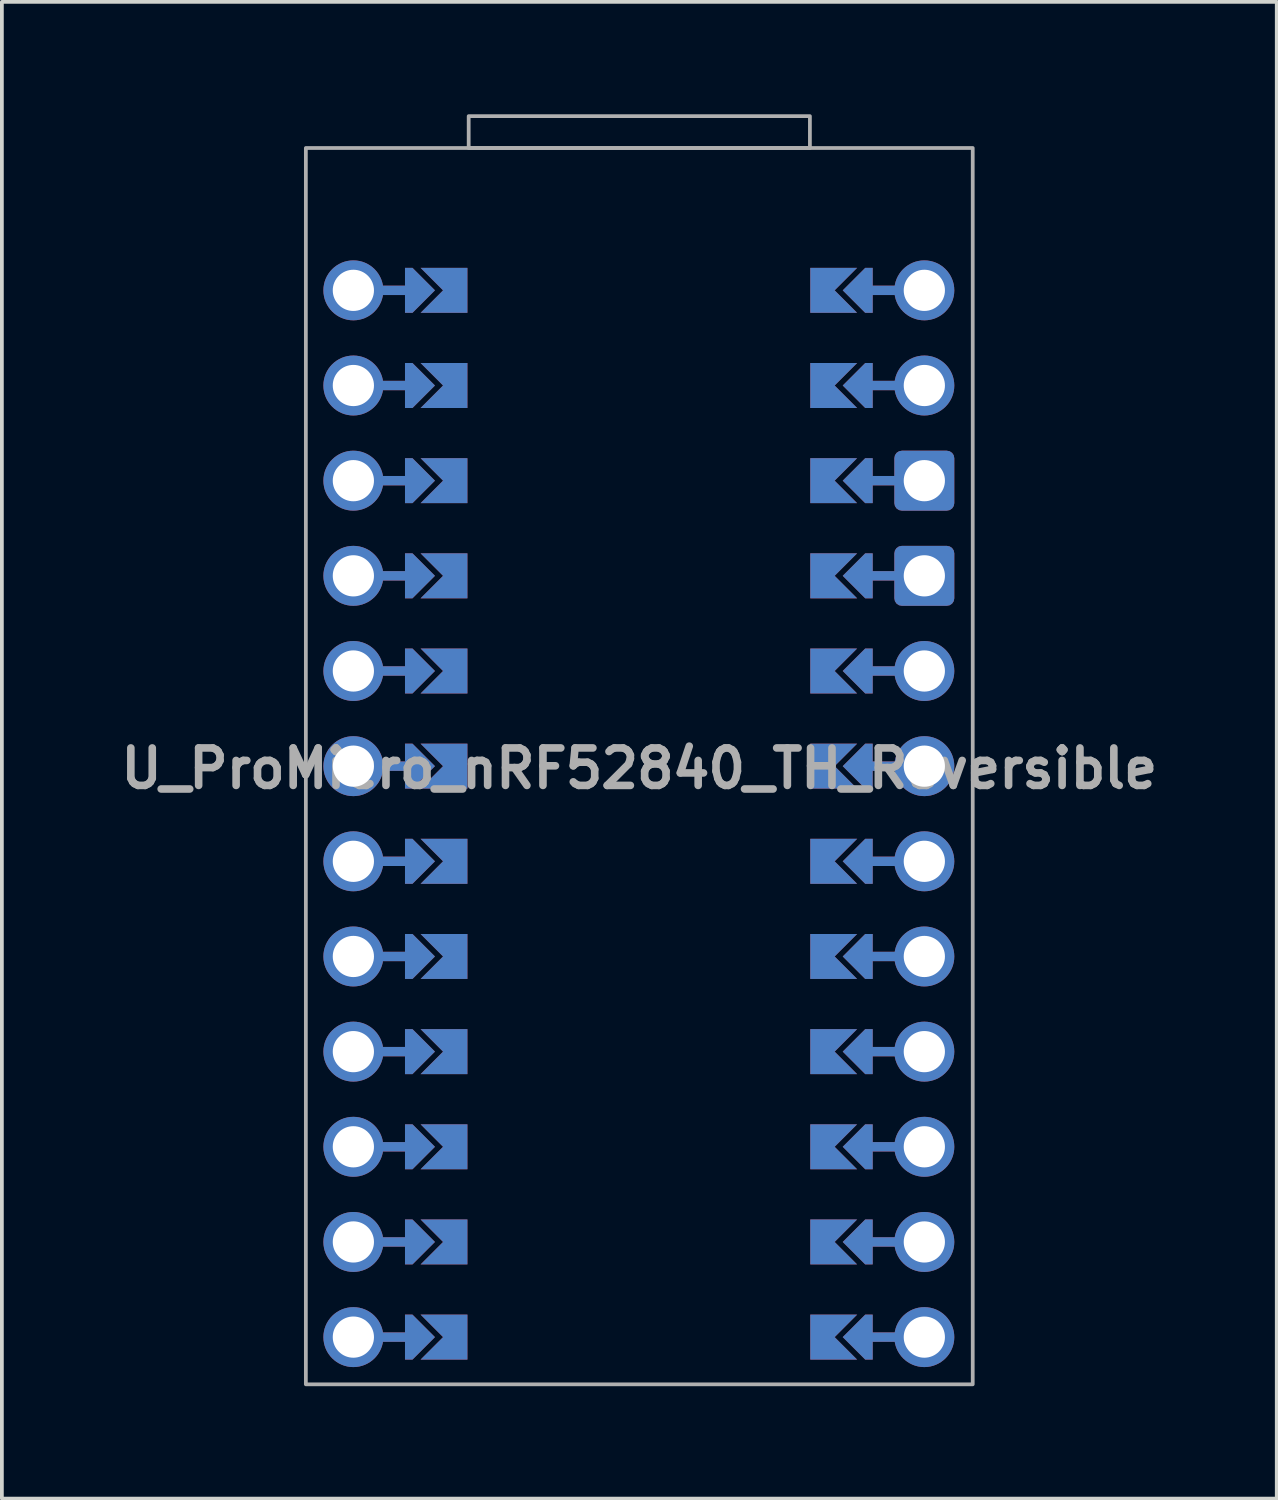
<source format=kicad_pcb>
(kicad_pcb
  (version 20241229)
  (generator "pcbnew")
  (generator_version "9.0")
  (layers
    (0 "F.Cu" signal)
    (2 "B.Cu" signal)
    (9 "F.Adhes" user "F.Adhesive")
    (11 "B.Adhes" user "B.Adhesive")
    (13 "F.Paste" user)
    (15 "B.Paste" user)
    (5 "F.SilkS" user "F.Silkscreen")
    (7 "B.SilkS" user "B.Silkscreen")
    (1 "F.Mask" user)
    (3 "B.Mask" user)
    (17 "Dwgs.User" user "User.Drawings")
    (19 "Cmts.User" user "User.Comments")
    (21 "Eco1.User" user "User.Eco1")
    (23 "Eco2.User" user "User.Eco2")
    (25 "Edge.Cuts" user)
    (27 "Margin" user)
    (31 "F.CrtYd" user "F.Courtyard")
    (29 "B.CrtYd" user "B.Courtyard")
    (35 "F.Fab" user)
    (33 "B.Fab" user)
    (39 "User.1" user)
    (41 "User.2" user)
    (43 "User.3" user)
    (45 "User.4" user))
  (footprint "U_ProMicro_nRF52840_TH_Reversible"
    (layer "F.Cu")
    (at 14.014 17.182)
    (property "Reference" "U_ProMicro_nRF52840_TH_Reversible" (at 0 0.28 0) (layer "F.Fab") (effects (font (size 1 1) (thickness 0.203))))
    (attr through_hole)
    (fp_poly (pts (xy -5.092 -11.974) (xy -5.092 -12.99) (xy -6.108 -12.99) (xy -6.108 -11.974)) (stroke (width 0.1) (type solid)) (fill yes) (layer "F.Mask"))
    (fp_poly (pts (xy -5.092 -9.434) (xy -5.092 -10.45) (xy -6.108 -10.45) (xy -6.108 -9.434)) (stroke (width 0.1) (type solid)) (fill yes) (layer "F.Mask"))
    (fp_poly (pts (xy -5.092 -6.894) (xy -5.092 -7.91) (xy -6.108 -7.91) (xy -6.108 -6.894)) (stroke (width 0.1) (type solid)) (fill yes) (layer "F.Mask"))
    (fp_poly (pts (xy -5.092 -4.354) (xy -5.092 -5.37) (xy -6.108 -5.37) (xy -6.108 -4.354)) (stroke (width 0.1) (type solid)) (fill yes) (layer "F.Mask"))
    (fp_poly (pts (xy -5.092 -1.814) (xy -5.092 -2.83) (xy -6.108 -2.83) (xy -6.108 -1.814)) (stroke (width 0.1) (type solid)) (fill yes) (layer "F.Mask"))
    (fp_poly (pts (xy -5.092 0.726) (xy -5.092 -0.29) (xy -6.108 -0.29) (xy -6.108 0.726)) (stroke (width 0.1) (type solid)) (fill yes) (layer "F.Mask"))
    (fp_poly (pts (xy -5.092 3.266) (xy -5.092 2.25) (xy -6.108 2.25) (xy -6.108 3.266)) (stroke (width 0.1) (type solid)) (fill yes) (layer "F.Mask"))
    (fp_poly (pts (xy -5.092 5.806) (xy -5.092 4.79) (xy -6.108 4.79) (xy -6.108 5.806)) (stroke (width 0.1) (type solid)) (fill yes) (layer "F.Mask"))
    (fp_poly (pts (xy -5.092 8.346) (xy -5.092 7.33) (xy -6.108 7.33) (xy -6.108 8.346)) (stroke (width 0.1) (type solid)) (fill yes) (layer "F.Mask"))
    (fp_poly (pts (xy -5.092 10.886) (xy -5.092 9.87) (xy -6.108 9.87) (xy -6.108 10.886)) (stroke (width 0.1) (type solid)) (fill yes) (layer "F.Mask"))
    (fp_poly (pts (xy -5.092 13.426) (xy -5.092 12.41) (xy -6.108 12.41) (xy -6.108 13.426)) (stroke (width 0.1) (type solid)) (fill yes) (layer "F.Mask"))
    (fp_poly (pts (xy -5.092 15.966) (xy -5.092 14.95) (xy -6.108 14.95) (xy -6.108 15.966)) (stroke (width 0.1) (type solid)) (fill yes) (layer "F.Mask"))
    (fp_poly (pts (xy 5.068 -12.99) (xy 5.068 -11.974) (xy 6.084 -11.974) (xy 6.084 -12.99)) (stroke (width 0.1) (type solid)) (fill yes) (layer "F.Mask"))
    (fp_poly (pts (xy 5.068 -10.45) (xy 5.068 -9.434) (xy 6.084 -9.434) (xy 6.084 -10.45)) (stroke (width 0.1) (type solid)) (fill yes) (layer "F.Mask"))
    (fp_poly (pts (xy 5.068 -7.91) (xy 5.068 -6.894) (xy 6.084 -6.894) (xy 6.084 -7.91)) (stroke (width 0.1) (type solid)) (fill yes) (layer "F.Mask"))
    (fp_poly (pts (xy 5.068 -5.37) (xy 5.068 -4.354) (xy 6.084 -4.354) (xy 6.084 -5.37)) (stroke (width 0.1) (type solid)) (fill yes) (layer "F.Mask"))
    (fp_poly (pts (xy 5.068 -2.83) (xy 5.068 -1.814) (xy 6.084 -1.814) (xy 6.084 -2.83)) (stroke (width 0.1) (type solid)) (fill yes) (layer "F.Mask"))
    (fp_poly (pts (xy 5.068 -0.29) (xy 5.068 0.726) (xy 6.084 0.726) (xy 6.084 -0.29)) (stroke (width 0.1) (type solid)) (fill yes) (layer "F.Mask"))
    (fp_poly (pts (xy 5.068 2.25) (xy 5.068 3.266) (xy 6.084 3.266) (xy 6.084 2.25)) (stroke (width 0.1) (type solid)) (fill yes) (layer "F.Mask"))
    (fp_poly (pts (xy 5.068 4.79) (xy 5.068 5.806) (xy 6.084 5.806) (xy 6.084 4.79)) (stroke (width 0.1) (type solid)) (fill yes) (layer "F.Mask"))
    (fp_poly (pts (xy 5.068 7.33) (xy 5.068 8.346) (xy 6.084 8.346) (xy 6.084 7.33)) (stroke (width 0.1) (type solid)) (fill yes) (layer "F.Mask"))
    (fp_poly (pts (xy 5.068 9.87) (xy 5.068 10.886) (xy 6.084 10.886) (xy 6.084 9.87)) (stroke (width 0.1) (type solid)) (fill yes) (layer "F.Mask"))
    (fp_poly (pts (xy 5.068 12.41) (xy 5.068 13.426) (xy 6.084 13.426) (xy 6.084 12.41)) (stroke (width 0.1) (type solid)) (fill yes) (layer "F.Mask"))
    (fp_poly (pts (xy 5.068 14.95) (xy 5.068 15.966) (xy 6.084 15.966) (xy 6.084 14.95)) (stroke (width 0.1) (type solid)) (fill yes) (layer "F.Mask"))
    (fp_poly (pts (xy -5.092 -11.974) (xy -5.092 -12.99) (xy -6.108 -12.99) (xy -6.108 -11.974)) (stroke (width 0.1) (type solid)) (fill yes) (layer "B.Mask"))
    (fp_poly (pts (xy -5.092 -9.434) (xy -5.092 -10.45) (xy -6.108 -10.45) (xy -6.108 -9.434)) (stroke (width 0.1) (type solid)) (fill yes) (layer "B.Mask"))
    (fp_poly (pts (xy -5.092 -6.894) (xy -5.092 -7.91) (xy -6.108 -7.91) (xy -6.108 -6.894)) (stroke (width 0.1) (type solid)) (fill yes) (layer "B.Mask"))
    (fp_poly (pts (xy -5.092 -4.354) (xy -5.092 -5.37) (xy -6.108 -5.37) (xy -6.108 -4.354)) (stroke (width 0.1) (type solid)) (fill yes) (layer "B.Mask"))
    (fp_poly (pts (xy -5.092 -1.814) (xy -5.092 -2.83) (xy -6.108 -2.83) (xy -6.108 -1.814)) (stroke (width 0.1) (type solid)) (fill yes) (layer "B.Mask"))
    (fp_poly (pts (xy -5.092 0.726) (xy -5.092 -0.29) (xy -6.108 -0.29) (xy -6.108 0.726)) (stroke (width 0.1) (type solid)) (fill yes) (layer "B.Mask"))
    (fp_poly (pts (xy -5.092 3.266) (xy -5.092 2.25) (xy -6.108 2.25) (xy -6.108 3.266)) (stroke (width 0.1) (type solid)) (fill yes) (layer "B.Mask"))
    (fp_poly (pts (xy -5.092 5.806) (xy -5.092 4.79) (xy -6.108 4.79) (xy -6.108 5.806)) (stroke (width 0.1) (type solid)) (fill yes) (layer "B.Mask"))
    (fp_poly (pts (xy -5.092 8.346) (xy -5.092 7.33) (xy -6.108 7.33) (xy -6.108 8.346)) (stroke (width 0.1) (type solid)) (fill yes) (layer "B.Mask"))
    (fp_poly (pts (xy -5.092 10.886) (xy -5.092 9.87) (xy -6.108 9.87) (xy -6.108 10.886)) (stroke (width 0.1) (type solid)) (fill yes) (layer "B.Mask"))
    (fp_poly (pts (xy -5.092 13.426) (xy -5.092 12.41) (xy -6.108 12.41) (xy -6.108 13.426)) (stroke (width 0.1) (type solid)) (fill yes) (layer "B.Mask"))
    (fp_poly (pts (xy -5.092 15.966) (xy -5.092 14.95) (xy -6.108 14.95) (xy -6.108 15.966)) (stroke (width 0.1) (type solid)) (fill yes) (layer "B.Mask"))
    (fp_poly (pts (xy 5.068 -12.99) (xy 5.068 -11.974) (xy 6.084 -11.974) (xy 6.084 -12.99)) (stroke (width 0.1) (type solid)) (fill yes) (layer "B.Mask"))
    (fp_poly (pts (xy 5.068 -10.45) (xy 5.068 -9.434) (xy 6.084 -9.434) (xy 6.084 -10.45)) (stroke (width 0.1) (type solid)) (fill yes) (layer "B.Mask"))
    (fp_poly (pts (xy 5.068 -7.91) (xy 5.068 -6.894) (xy 6.084 -6.894) (xy 6.084 -7.91)) (stroke (width 0.1) (type solid)) (fill yes) (layer "B.Mask"))
    (fp_poly (pts (xy 5.068 -5.37) (xy 5.068 -4.354) (xy 6.084 -4.354) (xy 6.084 -5.37)) (stroke (width 0.1) (type solid)) (fill yes) (layer "B.Mask"))
    (fp_poly (pts (xy 5.068 -2.83) (xy 5.068 -1.814) (xy 6.084 -1.814) (xy 6.084 -2.83)) (stroke (width 0.1) (type solid)) (fill yes) (layer "B.Mask"))
    (fp_poly (pts (xy 5.068 -0.29) (xy 5.068 0.726) (xy 6.084 0.726) (xy 6.084 -0.29)) (stroke (width 0.1) (type solid)) (fill yes) (layer "B.Mask"))
    (fp_poly (pts (xy 5.068 2.25) (xy 5.068 3.266) (xy 6.084 3.266) (xy 6.084 2.25)) (stroke (width 0.1) (type solid)) (fill yes) (layer "B.Mask"))
    (fp_poly (pts (xy 5.068 4.79) (xy 5.068 5.806) (xy 6.084 5.806) (xy 6.084 4.79)) (stroke (width 0.1) (type solid)) (fill yes) (layer "B.Mask"))
    (fp_poly (pts (xy 5.068 7.33) (xy 5.068 8.346) (xy 6.084 8.346) (xy 6.084 7.33)) (stroke (width 0.1) (type solid)) (fill yes) (layer "B.Mask"))
    (fp_poly (pts (xy 5.068 9.87) (xy 5.068 10.886) (xy 6.084 10.886) (xy 6.084 9.87)) (stroke (width 0.1) (type solid)) (fill yes) (layer "B.Mask"))
    (fp_poly (pts (xy 5.068 12.41) (xy 5.068 13.426) (xy 6.084 13.426) (xy 6.084 12.41)) (stroke (width 0.1) (type solid)) (fill yes) (layer "B.Mask"))
    (fp_poly (pts (xy 5.068 14.95) (xy 5.068 15.966) (xy 6.084 15.966) (xy 6.084 14.95)) (stroke (width 0.1) (type solid)) (fill yes) (layer "B.Mask"))
    (fp_rect (start -4.554 -16.282) (end 4.554 -17.132) (stroke (width 0.1) (type solid)) (fill no) (layer "F.Fab"))
    (fp_rect (start 8.9 -16.282) (end -8.9 16.718) (stroke (width 0.1) (type solid)) (fill no) (layer "F.Fab"))
    (pad "" thru_hole circle (at -7.632 -12.482 90) (size 1.6 1.6) (drill 1.1) (layers "*.Cu" "*.Mask"))
    (pad "" thru_hole circle (at -7.632 -9.942 90) (size 1.6 1.6) (drill 1.1) (layers "*.Cu" "*.Mask"))
    (pad "" thru_hole circle (at -7.632 -7.402 90) (size 1.6 1.6) (drill 1.1) (layers "*.Cu" "*.Mask"))
    (pad "" thru_hole circle (at -7.632 -4.862 90) (size 1.6 1.6) (drill 1.1) (layers "*.Cu" "*.Mask"))
    (pad "" thru_hole circle (at -7.632 -2.322 90) (size 1.6 1.6) (drill 1.1) (layers "*.Cu" "*.Mask"))
    (pad "" thru_hole circle (at -7.632 0.218 90) (size 1.6 1.6) (drill 1.1) (layers "*.Cu" "*.Mask"))
    (pad "" thru_hole circle (at -7.632 2.758 90) (size 1.6 1.6) (drill 1.1) (layers "*.Cu" "*.Mask"))
    (pad "" thru_hole circle (at -7.632 5.298 90) (size 1.6 1.6) (drill 1.1) (layers "*.Cu" "*.Mask"))
    (pad "" thru_hole circle (at -7.632 7.838 90) (size 1.6 1.6) (drill 1.1) (layers "*.Cu" "*.Mask"))
    (pad "" thru_hole circle (at -7.632 10.378 90) (size 1.6 1.6) (drill 1.1) (layers "*.Cu" "*.Mask"))
    (pad "" thru_hole circle (at -7.632 12.918 90) (size 1.6 1.6) (drill 1.1) (layers "*.Cu" "*.Mask"))
    (pad "" thru_hole circle (at -7.632 15.458 90) (size 1.6 1.6) (drill 1.1) (layers "*.Cu" "*.Mask"))
    (pad "" smd custom (at -6.362 -12.482 90) (size 0.25 1) (layers "F.Cu") (options (anchor rect)) (primitives))
    (pad "" smd custom (at -6.362 -12.482 90) (size 0.25 1) (layers "B.Cu") (options (anchor rect)) (primitives))
    (pad "" smd custom (at -6.362 -9.942 90) (size 0.25 1) (layers "F.Cu") (options (anchor rect)) (primitives))
    (pad "" smd custom (at -6.362 -9.942 90) (size 0.25 1) (layers "B.Cu") (options (anchor rect)) (primitives))
    (pad "" smd custom (at -6.362 -7.402 90) (size 0.25 1) (layers "F.Cu") (options (anchor rect)) (primitives))
    (pad "" smd custom (at -6.362 -7.402 90) (size 0.25 1) (layers "B.Cu") (options (anchor rect)) (primitives))
    (pad "" smd custom (at -6.362 -4.862 90) (size 0.25 1) (layers "F.Cu") (options (anchor rect)) (primitives))
    (pad "" smd custom (at -6.362 -4.862 90) (size 0.25 1) (layers "B.Cu") (options (anchor rect)) (primitives))
    (pad "" smd custom (at -6.362 -2.322 90) (size 0.25 1) (layers "F.Cu") (options (anchor rect)) (primitives))
    (pad "" smd custom (at -6.362 -2.322 90) (size 0.25 1) (layers "B.Cu") (options (anchor rect)) (primitives))
    (pad "" smd custom (at -6.362 0.218 90) (size 0.25 1) (layers "F.Cu") (options (anchor rect)) (primitives))
    (pad "" smd custom (at -6.362 0.218 90) (size 0.25 1) (layers "B.Cu") (options (anchor rect)) (primitives))
    (pad "" smd custom (at -6.362 2.758 90) (size 0.25 1) (layers "F.Cu") (options (anchor rect)) (primitives))
    (pad "" smd custom (at -6.362 2.758 90) (size 0.25 1) (layers "B.Cu") (options (anchor rect)) (primitives))
    (pad "" smd custom (at -6.362 5.298 90) (size 0.25 1) (layers "F.Cu") (options (anchor rect)) (primitives))
    (pad "" smd custom (at -6.362 5.298 90) (size 0.25 1) (layers "B.Cu") (options (anchor rect)) (primitives))
    (pad "" smd custom (at -6.362 7.838 90) (size 0.25 1) (layers "F.Cu") (options (anchor rect)) (primitives))
    (pad "" smd custom (at -6.362 7.838 90) (size 0.25 1) (layers "B.Cu") (options (anchor rect)) (primitives))
    (pad "" smd custom (at -6.362 10.378 90) (size 0.25 1) (layers "F.Cu") (options (anchor rect)) (primitives))
    (pad "" smd custom (at -6.362 10.378 90) (size 0.25 1) (layers "B.Cu") (options (anchor rect)) (primitives))
    (pad "" smd custom (at -6.362 12.918 90) (size 0.25 1) (layers "F.Cu") (options (anchor rect)) (primitives))
    (pad "" smd custom (at -6.362 12.918 90) (size 0.25 1) (layers "B.Cu") (options (anchor rect)) (primitives))
    (pad "" smd custom (at -6.362 15.458 90) (size 0.25 1) (layers "F.Cu") (options (anchor rect)) (primitives))
    (pad "" smd custom (at -6.362 15.458 90) (size 0.25 1) (layers "B.Cu") (options (anchor rect)) (primitives))
    (pad "" smd custom (at -5.854 -12.482 90) (size 0.1 0.1) (layers "F.Cu" "F.Mask") (options (anchor rect)) (primitives (gr_poly (pts (xy 0.6 -0.2) (xy 0 0.4) (xy -0.6 -0.2) (xy -0.6 -0.4) (xy 0.6 -0.4)) (width 0) (fill yes))))
    (pad "" smd custom (at -5.854 -12.482 90) (size 0.1 0.1) (layers "B.Cu" "B.Mask") (options (anchor rect)) (primitives (gr_poly (pts (xy 0.6 -0.2) (xy 0 0.4) (xy -0.6 -0.2) (xy -0.6 -0.4) (xy 0.6 -0.4)) (width 0) (fill yes))))
    (pad "" smd custom (at -5.854 -9.942 90) (size 0.1 0.1) (layers "F.Cu" "F.Mask") (options (anchor rect)) (primitives (gr_poly (pts (xy 0.6 -0.2) (xy 0 0.4) (xy -0.6 -0.2) (xy -0.6 -0.4) (xy 0.6 -0.4)) (width 0) (fill yes))))
    (pad "" smd custom (at -5.854 -9.942 90) (size 0.1 0.1) (layers "B.Cu" "B.Mask") (options (anchor rect)) (primitives (gr_poly (pts (xy 0.6 -0.2) (xy 0 0.4) (xy -0.6 -0.2) (xy -0.6 -0.4) (xy 0.6 -0.4)) (width 0) (fill yes))))
    (pad "" smd custom (at -5.854 -7.402 90) (size 0.1 0.1) (layers "F.Cu" "F.Mask") (options (anchor rect)) (primitives (gr_poly (pts (xy 0.6 -0.2) (xy 0 0.4) (xy -0.6 -0.2) (xy -0.6 -0.4) (xy 0.6 -0.4)) (width 0) (fill yes))))
    (pad "" smd custom (at -5.854 -7.402 90) (size 0.1 0.1) (layers "B.Cu" "B.Mask") (options (anchor rect)) (primitives (gr_poly (pts (xy 0.6 -0.2) (xy 0 0.4) (xy -0.6 -0.2) (xy -0.6 -0.4) (xy 0.6 -0.4)) (width 0) (fill yes))))
    (pad "" smd custom (at -5.854 -4.862 90) (size 0.1 0.1) (layers "F.Cu" "F.Mask") (options (anchor rect)) (primitives (gr_poly (pts (xy 0.6 -0.2) (xy 0 0.4) (xy -0.6 -0.2) (xy -0.6 -0.4) (xy 0.6 -0.4)) (width 0) (fill yes))))
    (pad "" smd custom (at -5.854 -4.862 90) (size 0.1 0.1) (layers "B.Cu" "B.Mask") (options (anchor rect)) (primitives (gr_poly (pts (xy 0.6 -0.2) (xy 0 0.4) (xy -0.6 -0.2) (xy -0.6 -0.4) (xy 0.6 -0.4)) (width 0) (fill yes))))
    (pad "" smd custom (at -5.854 -2.322 90) (size 0.1 0.1) (layers "F.Cu" "F.Mask") (options (anchor rect)) (primitives (gr_poly (pts (xy 0.6 -0.2) (xy 0 0.4) (xy -0.6 -0.2) (xy -0.6 -0.4) (xy 0.6 -0.4)) (width 0) (fill yes))))
    (pad "" smd custom (at -5.854 -2.322 90) (size 0.1 0.1) (layers "B.Cu" "B.Mask") (options (anchor rect)) (primitives (gr_poly (pts (xy 0.6 -0.2) (xy 0 0.4) (xy -0.6 -0.2) (xy -0.6 -0.4) (xy 0.6 -0.4)) (width 0) (fill yes))))
    (pad "" smd custom (at -5.854 0.218 90) (size 0.1 0.1) (layers "F.Cu" "F.Mask") (options (anchor rect)) (primitives (gr_poly (pts (xy 0.6 -0.2) (xy 0 0.4) (xy -0.6 -0.2) (xy -0.6 -0.4) (xy 0.6 -0.4)) (width 0) (fill yes))))
    (pad "" smd custom (at -5.854 0.218 90) (size 0.1 0.1) (layers "B.Cu" "B.Mask") (options (anchor rect)) (primitives (gr_poly (pts (xy 0.6 -0.2) (xy 0 0.4) (xy -0.6 -0.2) (xy -0.6 -0.4) (xy 0.6 -0.4)) (width 0) (fill yes))))
    (pad "" smd custom (at -5.854 2.758 90) (size 0.1 0.1) (layers "F.Cu" "F.Mask") (options (anchor rect)) (primitives (gr_poly (pts (xy 0.6 -0.2) (xy 0 0.4) (xy -0.6 -0.2) (xy -0.6 -0.4) (xy 0.6 -0.4)) (width 0) (fill yes))))
    (pad "" smd custom (at -5.854 2.758 90) (size 0.1 0.1) (layers "B.Cu" "B.Mask") (options (anchor rect)) (primitives (gr_poly (pts (xy 0.6 -0.2) (xy 0 0.4) (xy -0.6 -0.2) (xy -0.6 -0.4) (xy 0.6 -0.4)) (width 0) (fill yes))))
    (pad "" smd custom (at -5.854 5.298 90) (size 0.1 0.1) (layers "F.Cu" "F.Mask") (options (anchor rect)) (primitives (gr_poly (pts (xy 0.6 -0.2) (xy 0 0.4) (xy -0.6 -0.2) (xy -0.6 -0.4) (xy 0.6 -0.4)) (width 0) (fill yes))))
    (pad "" smd custom (at -5.854 5.298 90) (size 0.1 0.1) (layers "B.Cu" "B.Mask") (options (anchor rect)) (primitives (gr_poly (pts (xy 0.6 -0.2) (xy 0 0.4) (xy -0.6 -0.2) (xy -0.6 -0.4) (xy 0.6 -0.4)) (width 0) (fill yes))))
    (pad "" smd custom (at -5.854 7.838 90) (size 0.1 0.1) (layers "F.Cu" "F.Mask") (options (anchor rect)) (primitives (gr_poly (pts (xy 0.6 -0.2) (xy 0 0.4) (xy -0.6 -0.2) (xy -0.6 -0.4) (xy 0.6 -0.4)) (width 0) (fill yes))))
    (pad "" smd custom (at -5.854 7.838 90) (size 0.1 0.1) (layers "B.Cu" "B.Mask") (options (anchor rect)) (primitives (gr_poly (pts (xy 0.6 -0.2) (xy 0 0.4) (xy -0.6 -0.2) (xy -0.6 -0.4) (xy 0.6 -0.4)) (width 0) (fill yes))))
    (pad "" smd custom (at -5.854 10.378 90) (size 0.1 0.1) (layers "F.Cu" "F.Mask") (options (anchor rect)) (primitives (gr_poly (pts (xy 0.6 -0.2) (xy 0 0.4) (xy -0.6 -0.2) (xy -0.6 -0.4) (xy 0.6 -0.4)) (width 0) (fill yes))))
    (pad "" smd custom (at -5.854 10.378 90) (size 0.1 0.1) (layers "B.Cu" "B.Mask") (options (anchor rect)) (primitives (gr_poly (pts (xy 0.6 -0.2) (xy 0 0.4) (xy -0.6 -0.2) (xy -0.6 -0.4) (xy 0.6 -0.4)) (width 0) (fill yes))))
    (pad "" smd custom (at -5.854 12.918 90) (size 0.1 0.1) (layers "F.Cu" "F.Mask") (options (anchor rect)) (primitives (gr_poly (pts (xy 0.6 -0.2) (xy 0 0.4) (xy -0.6 -0.2) (xy -0.6 -0.4) (xy 0.6 -0.4)) (width 0) (fill yes))))
    (pad "" smd custom (at -5.854 12.918 90) (size 0.1 0.1) (layers "B.Cu" "B.Mask") (options (anchor rect)) (primitives (gr_poly (pts (xy 0.6 -0.2) (xy 0 0.4) (xy -0.6 -0.2) (xy -0.6 -0.4) (xy 0.6 -0.4)) (width 0) (fill yes))))
    (pad "" smd custom (at -5.854 15.458 90) (size 0.1 0.1) (layers "F.Cu" "F.Mask") (options (anchor rect)) (primitives (gr_poly (pts (xy 0.6 -0.2) (xy 0 0.4) (xy -0.6 -0.2) (xy -0.6 -0.4) (xy 0.6 -0.4)) (width 0) (fill yes))))
    (pad "" smd custom (at -5.854 15.458 90) (size 0.1 0.1) (layers "B.Cu" "B.Mask") (options (anchor rect)) (primitives (gr_poly (pts (xy 0.6 -0.2) (xy 0 0.4) (xy -0.6 -0.2) (xy -0.6 -0.4) (xy 0.6 -0.4)) (width 0) (fill yes))))
    (pad "" smd custom (at 5.83 -12.482 270) (size 0.1 0.1) (layers "F.Cu" "F.Mask") (options (anchor rect)) (primitives (gr_poly (pts (xy 0.6 -0.2) (xy 0 0.4) (xy -0.6 -0.2) (xy -0.6 -0.4) (xy 0.6 -0.4)) (width 0) (fill yes))))
    (pad "" smd custom (at 5.83 -12.482 270) (size 0.1 0.1) (layers "B.Cu" "B.Mask") (options (anchor rect)) (primitives (gr_poly (pts (xy 0.6 -0.2) (xy 0 0.4) (xy -0.6 -0.2) (xy -0.6 -0.4) (xy 0.6 -0.4)) (width 0) (fill yes))))
    (pad "" smd custom (at 5.83 -9.942 270) (size 0.1 0.1) (layers "F.Cu" "F.Mask") (options (anchor rect)) (primitives (gr_poly (pts (xy 0.6 -0.2) (xy 0 0.4) (xy -0.6 -0.2) (xy -0.6 -0.4) (xy 0.6 -0.4)) (width 0) (fill yes))))
    (pad "" smd custom (at 5.83 -9.942 270) (size 0.1 0.1) (layers "B.Cu" "B.Mask") (options (anchor rect)) (primitives (gr_poly (pts (xy 0.6 -0.2) (xy 0 0.4) (xy -0.6 -0.2) (xy -0.6 -0.4) (xy 0.6 -0.4)) (width 0) (fill yes))))
    (pad "" smd custom (at 5.83 -7.402 270) (size 0.1 0.1) (layers "F.Cu" "F.Mask") (options (anchor rect)) (primitives (gr_poly (pts (xy 0.6 -0.2) (xy 0 0.4) (xy -0.6 -0.2) (xy -0.6 -0.4) (xy 0.6 -0.4)) (width 0) (fill yes))))
    (pad "" smd custom (at 5.83 -7.402 270) (size 0.1 0.1) (layers "B.Cu" "B.Mask") (options (anchor rect)) (primitives (gr_poly (pts (xy 0.6 -0.2) (xy 0 0.4) (xy -0.6 -0.2) (xy -0.6 -0.4) (xy 0.6 -0.4)) (width 0) (fill yes))))
    (pad "" smd custom (at 5.83 -4.862 270) (size 0.1 0.1) (layers "F.Cu" "F.Mask") (options (anchor rect)) (primitives (gr_poly (pts (xy 0.6 -0.2) (xy 0 0.4) (xy -0.6 -0.2) (xy -0.6 -0.4) (xy 0.6 -0.4)) (width 0) (fill yes))))
    (pad "" smd custom (at 5.83 -4.862 270) (size 0.1 0.1) (layers "B.Cu" "B.Mask") (options (anchor rect)) (primitives (gr_poly (pts (xy 0.6 -0.2) (xy 0 0.4) (xy -0.6 -0.2) (xy -0.6 -0.4) (xy 0.6 -0.4)) (width 0) (fill yes))))
    (pad "" smd custom (at 5.83 -2.322 270) (size 0.1 0.1) (layers "F.Cu" "F.Mask") (options (anchor rect)) (primitives (gr_poly (pts (xy 0.6 -0.2) (xy 0 0.4) (xy -0.6 -0.2) (xy -0.6 -0.4) (xy 0.6 -0.4)) (width 0) (fill yes))))
    (pad "" smd custom (at 5.83 -2.322 270) (size 0.1 0.1) (layers "B.Cu" "B.Mask") (options (anchor rect)) (primitives (gr_poly (pts (xy 0.6 -0.2) (xy 0 0.4) (xy -0.6 -0.2) (xy -0.6 -0.4) (xy 0.6 -0.4)) (width 0) (fill yes))))
    (pad "" smd custom (at 5.83 0.218 270) (size 0.1 0.1) (layers "F.Cu" "F.Mask") (options (anchor rect)) (primitives (gr_poly (pts (xy 0.6 -0.2) (xy 0 0.4) (xy -0.6 -0.2) (xy -0.6 -0.4) (xy 0.6 -0.4)) (width 0) (fill yes))))
    (pad "" smd custom (at 5.83 0.218 270) (size 0.1 0.1) (layers "B.Cu" "B.Mask") (options (anchor rect)) (primitives (gr_poly (pts (xy 0.6 -0.2) (xy 0 0.4) (xy -0.6 -0.2) (xy -0.6 -0.4) (xy 0.6 -0.4)) (width 0) (fill yes))))
    (pad "" smd custom (at 5.83 2.758 270) (size 0.1 0.1) (layers "F.Cu" "F.Mask") (options (anchor rect)) (primitives (gr_poly (pts (xy 0.6 -0.2) (xy 0 0.4) (xy -0.6 -0.2) (xy -0.6 -0.4) (xy 0.6 -0.4)) (width 0) (fill yes))))
    (pad "" smd custom (at 5.83 2.758 270) (size 0.1 0.1) (layers "B.Cu" "B.Mask") (options (anchor rect)) (primitives (gr_poly (pts (xy 0.6 -0.2) (xy 0 0.4) (xy -0.6 -0.2) (xy -0.6 -0.4) (xy 0.6 -0.4)) (width 0) (fill yes))))
    (pad "" smd custom (at 5.83 5.298 270) (size 0.1 0.1) (layers "F.Cu" "F.Mask") (options (anchor rect)) (primitives (gr_poly (pts (xy 0.6 -0.2) (xy 0 0.4) (xy -0.6 -0.2) (xy -0.6 -0.4) (xy 0.6 -0.4)) (width 0) (fill yes))))
    (pad "" smd custom (at 5.83 5.298 270) (size 0.1 0.1) (layers "B.Cu" "B.Mask") (options (anchor rect)) (primitives (gr_poly (pts (xy 0.6 -0.2) (xy 0 0.4) (xy -0.6 -0.2) (xy -0.6 -0.4) (xy 0.6 -0.4)) (width 0) (fill yes))))
    (pad "" smd custom (at 5.83 7.838 270) (size 0.1 0.1) (layers "F.Cu" "F.Mask") (options (anchor rect)) (primitives (gr_poly (pts (xy 0.6 -0.2) (xy 0 0.4) (xy -0.6 -0.2) (xy -0.6 -0.4) (xy 0.6 -0.4)) (width 0) (fill yes))))
    (pad "" smd custom (at 5.83 7.838 270) (size 0.1 0.1) (layers "B.Cu" "B.Mask") (options (anchor rect)) (primitives (gr_poly (pts (xy 0.6 -0.2) (xy 0 0.4) (xy -0.6 -0.2) (xy -0.6 -0.4) (xy 0.6 -0.4)) (width 0) (fill yes))))
    (pad "" smd custom (at 5.83 10.378 270) (size 0.1 0.1) (layers "F.Cu" "F.Mask") (options (anchor rect)) (primitives (gr_poly (pts (xy 0.6 -0.2) (xy 0 0.4) (xy -0.6 -0.2) (xy -0.6 -0.4) (xy 0.6 -0.4)) (width 0) (fill yes))))
    (pad "" smd custom (at 5.83 10.378 270) (size 0.1 0.1) (layers "B.Cu" "B.Mask") (options (anchor rect)) (primitives (gr_poly (pts (xy 0.6 -0.2) (xy 0 0.4) (xy -0.6 -0.2) (xy -0.6 -0.4) (xy 0.6 -0.4)) (width 0) (fill yes))))
    (pad "" smd custom (at 5.83 12.918 270) (size 0.1 0.1) (layers "F.Cu" "F.Mask") (options (anchor rect)) (primitives (gr_poly (pts (xy 0.6 -0.2) (xy 0 0.4) (xy -0.6 -0.2) (xy -0.6 -0.4) (xy 0.6 -0.4)) (width 0) (fill yes))))
    (pad "" smd custom (at 5.83 12.918 270) (size 0.1 0.1) (layers "B.Cu" "B.Mask") (options (anchor rect)) (primitives (gr_poly (pts (xy 0.6 -0.2) (xy 0 0.4) (xy -0.6 -0.2) (xy -0.6 -0.4) (xy 0.6 -0.4)) (width 0) (fill yes))))
    (pad "" smd custom (at 5.83 15.458 270) (size 0.1 0.1) (layers "F.Cu" "F.Mask") (options (anchor rect)) (primitives (gr_poly (pts (xy 0.6 -0.2) (xy 0 0.4) (xy -0.6 -0.2) (xy -0.6 -0.4) (xy 0.6 -0.4)) (width 0) (fill yes))))
    (pad "" smd custom (at 5.83 15.458 270) (size 0.1 0.1) (layers "B.Cu" "B.Mask") (options (anchor rect)) (primitives (gr_poly (pts (xy 0.6 -0.2) (xy 0 0.4) (xy -0.6 -0.2) (xy -0.6 -0.4) (xy 0.6 -0.4)) (width 0) (fill yes))))
    (pad "" smd custom (at 6.338 -12.482 270) (size 0.25 1) (layers "F.Cu") (options (anchor rect)) (primitives))
    (pad "" smd custom (at 6.338 -12.482 270) (size 0.25 1) (layers "B.Cu") (options (anchor rect)) (primitives))
    (pad "" smd custom (at 6.338 -9.942 270) (size 0.25 1) (layers "F.Cu") (options (anchor rect)) (primitives))
    (pad "" smd custom (at 6.338 -9.942 270) (size 0.25 1) (layers "B.Cu") (options (anchor rect)) (primitives))
    (pad "" smd custom (at 6.338 -7.402 270) (size 0.25 1) (layers "F.Cu") (options (anchor rect)) (primitives))
    (pad "" smd custom (at 6.338 -7.402 270) (size 0.25 1) (layers "B.Cu") (options (anchor rect)) (primitives))
    (pad "" smd custom (at 6.338 -4.862 270) (size 0.25 1) (layers "F.Cu") (options (anchor rect)) (primitives))
    (pad "" smd custom (at 6.338 -4.862 270) (size 0.25 1) (layers "B.Cu") (options (anchor rect)) (primitives))
    (pad "" smd custom (at 6.338 -2.322 270) (size 0.25 1) (layers "F.Cu") (options (anchor rect)) (primitives))
    (pad "" smd custom (at 6.338 -2.322 270) (size 0.25 1) (layers "B.Cu") (options (anchor rect)) (primitives))
    (pad "" smd custom (at 6.338 0.218 270) (size 0.25 1) (layers "F.Cu") (options (anchor rect)) (primitives))
    (pad "" smd custom (at 6.338 0.218 270) (size 0.25 1) (layers "B.Cu") (options (anchor rect)) (primitives))
    (pad "" smd custom (at 6.338 2.758 270) (size 0.25 1) (layers "F.Cu") (options (anchor rect)) (primitives))
    (pad "" smd custom (at 6.338 2.758 270) (size 0.25 1) (layers "B.Cu") (options (anchor rect)) (primitives))
    (pad "" smd custom (at 6.338 5.298 270) (size 0.25 1) (layers "F.Cu") (options (anchor rect)) (primitives))
    (pad "" smd custom (at 6.338 5.298 270) (size 0.25 1) (layers "B.Cu") (options (anchor rect)) (primitives))
    (pad "" smd custom (at 6.338 7.838 270) (size 0.25 1) (layers "F.Cu") (options (anchor rect)) (primitives))
    (pad "" smd custom (at 6.338 7.838 270) (size 0.25 1) (layers "B.Cu") (options (anchor rect)) (primitives))
    (pad "" smd custom (at 6.338 10.378 270) (size 0.25 1) (layers "F.Cu") (options (anchor rect)) (primitives))
    (pad "" smd custom (at 6.338 10.378 270) (size 0.25 1) (layers "B.Cu") (options (anchor rect)) (primitives))
    (pad "" smd custom (at 6.338 12.918 270) (size 0.25 1) (layers "F.Cu") (options (anchor rect)) (primitives))
    (pad "" smd custom (at 6.338 12.918 270) (size 0.25 1) (layers "B.Cu") (options (anchor rect)) (primitives))
    (pad "" smd custom (at 6.338 15.458 270) (size 0.25 1) (layers "F.Cu") (options (anchor rect)) (primitives))
    (pad "" smd custom (at 6.338 15.458 270) (size 0.25 1) (layers "B.Cu") (options (anchor rect)) (primitives))
    (pad "" thru_hole circle (at 7.608 -12.482 90) (size 1.6 1.6) (drill 1.1) (layers "*.Cu" "*.Mask"))
    (pad "" thru_hole circle (at 7.608 -9.942 90) (size 1.6 1.6) (drill 1.1) (layers "*.Cu" "*.Mask"))
    (pad "" thru_hole roundrect (at 7.608 -7.402 90) (size 1.6 1.6) (drill 1.1) (layers "*.Cu" "*.Mask") (roundrect_rratio 0.125))
    (pad "" thru_hole roundrect (at 7.608 -4.862 90) (size 1.6 1.6) (drill 1.1) (layers "*.Cu" "*.Mask") (roundrect_rratio 0.125))
    (pad "" thru_hole circle (at 7.608 -2.322 90) (size 1.6 1.6) (drill 1.1) (layers "*.Cu" "*.Mask"))
    (pad "" thru_hole circle (at 7.608 0.218 90) (size 1.6 1.6) (drill 1.1) (layers "*.Cu" "*.Mask"))
    (pad "" thru_hole circle (at 7.608 2.758 90) (size 1.6 1.6) (drill 1.1) (layers "*.Cu" "*.Mask"))
    (pad "" thru_hole circle (at 7.608 5.298 90) (size 1.6 1.6) (drill 1.1) (layers "*.Cu" "*.Mask"))
    (pad "" thru_hole circle (at 7.608 7.838 90) (size 1.6 1.6) (drill 1.1) (layers "*.Cu" "*.Mask"))
    (pad "" thru_hole circle (at 7.608 10.378 90) (size 1.6 1.6) (drill 1.1) (layers "*.Cu" "*.Mask"))
    (pad "" thru_hole circle (at 7.608 12.918 90) (size 1.6 1.6) (drill 1.1) (layers "*.Cu" "*.Mask"))
    (pad "" thru_hole circle (at 7.608 15.458 90) (size 1.6 1.6) (drill 1.1) (layers "*.Cu" "*.Mask"))
    (pad "1" smd custom (at -4.838 -12.482 90) (size 1.2 0.5) (layers "F.Cu" "F.Mask") (options (anchor rect)) (primitives (gr_poly (pts (xy 0.6 0) (xy -0.6 0) (xy -0.6 -1) (xy 0 -0.4) (xy 0.6 -1)) (width 0) (fill yes))))
    (pad "1" smd custom (at 4.814 -12.482 270) (size 1.2 0.5) (layers "B.Cu" "B.Mask") (options (anchor rect)) (primitives (gr_poly (pts (xy 0.6 0) (xy -0.6 0) (xy -0.6 -1) (xy 0 -0.4) (xy 0.6 -1)) (width 0) (fill yes))))
    (pad "2" smd custom (at -4.838 -9.942 90) (size 1.2 0.5) (layers "F.Cu" "F.Mask") (options (anchor rect)) (primitives (gr_poly (pts (xy 0.6 0) (xy -0.6 0) (xy -0.6 -1) (xy 0 -0.4) (xy 0.6 -1)) (width 0) (fill yes))))
    (pad "2" smd custom (at 4.814 -9.942 270) (size 1.2 0.5) (layers "B.Cu" "B.Mask") (options (anchor rect)) (primitives (gr_poly (pts (xy 0.6 0) (xy -0.6 0) (xy -0.6 -1) (xy 0 -0.4) (xy 0.6 -1)) (width 0) (fill yes))))
    (pad "3" smd custom (at -4.838 -7.402 90) (size 1.2 0.5) (layers "F.Cu" "F.Mask") (options (anchor rect)) (primitives (gr_poly (pts (xy 0.6 0) (xy -0.6 0) (xy -0.6 -1) (xy 0 -0.4) (xy 0.6 -1)) (width 0) (fill yes))))
    (pad "3" smd custom (at 4.814 -7.402 270) (size 1.2 0.5) (layers "B.Cu" "B.Mask") (options (anchor rect)) (primitives (gr_poly (pts (xy 0.6 0) (xy -0.6 0) (xy -0.6 -1) (xy 0 -0.4) (xy 0.6 -1)) (width 0) (fill yes))))
    (pad "4" smd custom (at -4.838 -4.862 90) (size 1.2 0.5) (layers "F.Cu" "F.Mask") (options (anchor rect)) (primitives (gr_poly (pts (xy 0.6 0) (xy -0.6 0) (xy -0.6 -1) (xy 0 -0.4) (xy 0.6 -1)) (width 0) (fill yes))))
    (pad "4" smd custom (at 4.814 -4.862 270) (size 1.2 0.5) (layers "B.Cu" "B.Mask") (options (anchor rect)) (primitives (gr_poly (pts (xy 0.6 0) (xy -0.6 0) (xy -0.6 -1) (xy 0 -0.4) (xy 0.6 -1)) (width 0) (fill yes))))
    (pad "5" smd custom (at -4.838 -2.322 90) (size 1.2 0.5) (layers "F.Cu" "F.Mask") (options (anchor rect)) (primitives (gr_poly (pts (xy 0.6 0) (xy -0.6 0) (xy -0.6 -1) (xy 0 -0.4) (xy 0.6 -1)) (width 0) (fill yes))))
    (pad "5" smd custom (at 4.814 -2.322 270) (size 1.2 0.5) (layers "B.Cu" "B.Mask") (options (anchor rect)) (primitives (gr_poly (pts (xy 0.6 0) (xy -0.6 0) (xy -0.6 -1) (xy 0 -0.4) (xy 0.6 -1)) (width 0) (fill yes))))
    (pad "6" smd custom (at -4.838 0.218 90) (size 1.2 0.5) (layers "F.Cu" "F.Mask") (options (anchor rect)) (primitives (gr_poly (pts (xy 0.6 0) (xy -0.6 0) (xy -0.6 -1) (xy 0 -0.4) (xy 0.6 -1)) (width 0) (fill yes))))
    (pad "6" smd custom (at 4.814 0.218 270) (size 1.2 0.5) (layers "B.Cu" "B.Mask") (options (anchor rect)) (primitives (gr_poly (pts (xy 0.6 0) (xy -0.6 0) (xy -0.6 -1) (xy 0 -0.4) (xy 0.6 -1)) (width 0) (fill yes))))
    (pad "7" smd custom (at -4.838 2.758 90) (size 1.2 0.5) (layers "F.Cu" "F.Mask") (options (anchor rect)) (primitives (gr_poly (pts (xy 0.6 0) (xy -0.6 0) (xy -0.6 -1) (xy 0 -0.4) (xy 0.6 -1)) (width 0) (fill yes))))
    (pad "7" smd custom (at 4.814 2.758 270) (size 1.2 0.5) (layers "B.Cu" "B.Mask") (options (anchor rect)) (primitives (gr_poly (pts (xy 0.6 0) (xy -0.6 0) (xy -0.6 -1) (xy 0 -0.4) (xy 0.6 -1)) (width 0) (fill yes))))
    (pad "8" smd custom (at -4.838 5.298 90) (size 1.2 0.5) (layers "F.Cu" "F.Mask") (options (anchor rect)) (primitives (gr_poly (pts (xy 0.6 0) (xy -0.6 0) (xy -0.6 -1) (xy 0 -0.4) (xy 0.6 -1)) (width 0) (fill yes))))
    (pad "8" smd custom (at 4.814 5.298 270) (size 1.2 0.5) (layers "B.Cu" "B.Mask") (options (anchor rect)) (primitives (gr_poly (pts (xy 0.6 0) (xy -0.6 0) (xy -0.6 -1) (xy 0 -0.4) (xy 0.6 -1)) (width 0) (fill yes))))
    (pad "9" smd custom (at -4.838 7.838 90) (size 1.2 0.5) (layers "F.Cu" "F.Mask") (options (anchor rect)) (primitives (gr_poly (pts (xy 0.6 0) (xy -0.6 0) (xy -0.6 -1) (xy 0 -0.4) (xy 0.6 -1)) (width 0) (fill yes))))
    (pad "9" smd custom (at 4.814 7.838 270) (size 1.2 0.5) (layers "B.Cu" "B.Mask") (options (anchor rect)) (primitives (gr_poly (pts (xy 0.6 0) (xy -0.6 0) (xy -0.6 -1) (xy 0 -0.4) (xy 0.6 -1)) (width 0) (fill yes))))
    (pad "10" smd custom (at -4.838 10.378 90) (size 1.2 0.5) (layers "F.Cu" "F.Mask") (options (anchor rect)) (primitives (gr_poly (pts (xy 0.6 0) (xy -0.6 0) (xy -0.6 -1) (xy 0 -0.4) (xy 0.6 -1)) (width 0) (fill yes))))
    (pad "10" smd custom (at 4.814 10.378 270) (size 1.2 0.5) (layers "B.Cu" "B.Mask") (options (anchor rect)) (primitives (gr_poly (pts (xy 0.6 0) (xy -0.6 0) (xy -0.6 -1) (xy 0 -0.4) (xy 0.6 -1)) (width 0) (fill yes))))
    (pad "11" smd custom (at -4.838 12.918 90) (size 1.2 0.5) (layers "F.Cu" "F.Mask") (options (anchor rect)) (primitives (gr_poly (pts (xy 0.6 0) (xy -0.6 0) (xy -0.6 -1) (xy 0 -0.4) (xy 0.6 -1)) (width 0) (fill yes))))
    (pad "11" smd custom (at 4.814 12.918 270) (size 1.2 0.5) (layers "B.Cu" "B.Mask") (options (anchor rect)) (primitives (gr_poly (pts (xy 0.6 0) (xy -0.6 0) (xy -0.6 -1) (xy 0 -0.4) (xy 0.6 -1)) (width 0) (fill yes))))
    (pad "12" smd custom (at -4.838 15.458 90) (size 1.2 0.5) (layers "F.Cu" "F.Mask") (options (anchor rect)) (primitives (gr_poly (pts (xy 0.6 0) (xy -0.6 0) (xy -0.6 -1) (xy 0 -0.4) (xy 0.6 -1)) (width 0) (fill yes))))
    (pad "12" smd custom (at 4.814 15.458 270) (size 1.2 0.5) (layers "B.Cu" "B.Mask") (options (anchor rect)) (primitives (gr_poly (pts (xy 0.6 0) (xy -0.6 0) (xy -0.6 -1) (xy 0 -0.4) (xy 0.6 -1)) (width 0) (fill yes))))
    (pad "13" smd custom (at -4.838 15.458 90) (size 1.2 0.5) (layers "B.Cu" "B.Mask") (options (anchor rect)) (primitives (gr_poly (pts (xy 0.6 0) (xy -0.6 0) (xy -0.6 -1) (xy 0 -0.4) (xy 0.6 -1)) (width 0) (fill yes))))
    (pad "13" smd custom (at 4.814 15.458 270) (size 1.2 0.5) (layers "F.Cu" "F.Mask") (options (anchor rect)) (primitives (gr_poly (pts (xy 0.6 0) (xy -0.6 0) (xy -0.6 -1) (xy 0 -0.4) (xy 0.6 -1)) (width 0) (fill yes))))
    (pad "14" smd custom (at -4.838 12.918 90) (size 1.2 0.5) (layers "B.Cu" "B.Mask") (options (anchor rect)) (primitives (gr_poly (pts (xy 0.6 0) (xy -0.6 0) (xy -0.6 -1) (xy 0 -0.4) (xy 0.6 -1)) (width 0) (fill yes))))
    (pad "14" smd custom (at 4.814 12.918 270) (size 1.2 0.5) (layers "F.Cu" "F.Mask") (options (anchor rect)) (primitives (gr_poly (pts (xy 0.6 0) (xy -0.6 0) (xy -0.6 -1) (xy 0 -0.4) (xy 0.6 -1)) (width 0) (fill yes))))
    (pad "15" smd custom (at -4.838 10.378 90) (size 1.2 0.5) (layers "B.Cu" "B.Mask") (options (anchor rect)) (primitives (gr_poly (pts (xy 0.6 0) (xy -0.6 0) (xy -0.6 -1) (xy 0 -0.4) (xy 0.6 -1)) (width 0) (fill yes))))
    (pad "15" smd custom (at 4.814 10.378 270) (size 1.2 0.5) (layers "F.Cu" "F.Mask") (options (anchor rect)) (primitives (gr_poly (pts (xy 0.6 0) (xy -0.6 0) (xy -0.6 -1) (xy 0 -0.4) (xy 0.6 -1)) (width 0) (fill yes))))
    (pad "16" smd custom (at -4.838 7.838 90) (size 1.2 0.5) (layers "B.Cu" "B.Mask") (options (anchor rect)) (primitives (gr_poly (pts (xy 0.6 0) (xy -0.6 0) (xy -0.6 -1) (xy 0 -0.4) (xy 0.6 -1)) (width 0) (fill yes))))
    (pad "16" smd custom (at 4.814 7.838 270) (size 1.2 0.5) (layers "F.Cu" "F.Mask") (options (anchor rect)) (primitives (gr_poly (pts (xy 0.6 0) (xy -0.6 0) (xy -0.6 -1) (xy 0 -0.4) (xy 0.6 -1)) (width 0) (fill yes))))
    (pad "17" smd custom (at -4.838 5.298 90) (size 1.2 0.5) (layers "B.Cu" "B.Mask") (options (anchor rect)) (primitives (gr_poly (pts (xy 0.6 0) (xy -0.6 0) (xy -0.6 -1) (xy 0 -0.4) (xy 0.6 -1)) (width 0) (fill yes))))
    (pad "17" smd custom (at 4.814 5.298 270) (size 1.2 0.5) (layers "F.Cu" "F.Mask") (options (anchor rect)) (primitives (gr_poly (pts (xy 0.6 0) (xy -0.6 0) (xy -0.6 -1) (xy 0 -0.4) (xy 0.6 -1)) (width 0) (fill yes))))
    (pad "18" smd custom (at -4.838 2.758 90) (size 1.2 0.5) (layers "B.Cu" "B.Mask") (options (anchor rect)) (primitives (gr_poly (pts (xy 0.6 0) (xy -0.6 0) (xy -0.6 -1) (xy 0 -0.4) (xy 0.6 -1)) (width 0) (fill yes))))
    (pad "18" smd custom (at 4.814 2.758 270) (size 1.2 0.5) (layers "F.Cu" "F.Mask") (options (anchor rect)) (primitives (gr_poly (pts (xy 0.6 0) (xy -0.6 0) (xy -0.6 -1) (xy 0 -0.4) (xy 0.6 -1)) (width 0) (fill yes))))
    (pad "19" smd custom (at -4.838 0.218 90) (size 1.2 0.5) (layers "B.Cu" "B.Mask") (options (anchor rect)) (primitives (gr_poly (pts (xy 0.6 0) (xy -0.6 0) (xy -0.6 -1) (xy 0 -0.4) (xy 0.6 -1)) (width 0) (fill yes))))
    (pad "19" smd custom (at 4.814 0.218 270) (size 1.2 0.5) (layers "F.Cu" "F.Mask") (options (anchor rect)) (primitives (gr_poly (pts (xy 0.6 0) (xy -0.6 0) (xy -0.6 -1) (xy 0 -0.4) (xy 0.6 -1)) (width 0) (fill yes))))
    (pad "20" smd custom (at -4.838 -2.322 90) (size 1.2 0.5) (layers "B.Cu" "B.Mask") (options (anchor rect)) (primitives (gr_poly (pts (xy 0.6 0) (xy -0.6 0) (xy -0.6 -1) (xy 0 -0.4) (xy 0.6 -1)) (width 0) (fill yes))))
    (pad "20" smd custom (at 4.814 -2.322 270) (size 1.2 0.5) (layers "F.Cu" "F.Mask") (options (anchor rect)) (primitives (gr_poly (pts (xy 0.6 0) (xy -0.6 0) (xy -0.6 -1) (xy 0 -0.4) (xy 0.6 -1)) (width 0) (fill yes))))
    (pad "21" smd custom (at -4.838 -4.862 90) (size 1.2 0.5) (layers "B.Cu" "B.Mask") (options (anchor rect)) (primitives (gr_poly (pts (xy 0.6 0) (xy -0.6 0) (xy -0.6 -1) (xy 0 -0.4) (xy 0.6 -1)) (width 0) (fill yes))))
    (pad "21" smd custom (at 4.814 -4.862 270) (size 1.2 0.5) (layers "F.Cu" "F.Mask") (options (anchor rect)) (primitives (gr_poly (pts (xy 0.6 0) (xy -0.6 0) (xy -0.6 -1) (xy 0 -0.4) (xy 0.6 -1)) (width 0) (fill yes))))
    (pad "22" smd custom (at -4.838 -7.402 90) (size 1.2 0.5) (layers "B.Cu" "B.Mask") (options (anchor rect)) (primitives (gr_poly (pts (xy 0.6 0) (xy -0.6 0) (xy -0.6 -1) (xy 0 -0.4) (xy 0.6 -1)) (width 0) (fill yes))))
    (pad "22" smd custom (at 4.814 -7.402 270) (size 1.2 0.5) (layers "F.Cu" "F.Mask") (options (anchor rect)) (primitives (gr_poly (pts (xy 0.6 0) (xy -0.6 0) (xy -0.6 -1) (xy 0 -0.4) (xy 0.6 -1)) (width 0) (fill yes))))
    (pad "23" smd custom (at -4.838 -9.942 90) (size 1.2 0.5) (layers "B.Cu" "B.Mask") (options (anchor rect)) (primitives (gr_poly (pts (xy 0.6 0) (xy -0.6 0) (xy -0.6 -1) (xy 0 -0.4) (xy 0.6 -1)) (width 0) (fill yes))))
    (pad "23" smd custom (at 4.814 -9.942 270) (size 1.2 0.5) (layers "F.Cu" "F.Mask") (options (anchor rect)) (primitives (gr_poly (pts (xy 0.6 0) (xy -0.6 0) (xy -0.6 -1) (xy 0 -0.4) (xy 0.6 -1)) (width 0) (fill yes))))
    (pad "24" smd custom (at -4.838 -12.482 90) (size 1.2 0.5) (layers "B.Cu" "B.Mask") (options (anchor rect)) (primitives (gr_poly (pts (xy 0.6 0) (xy -0.6 0) (xy -0.6 -1) (xy 0 -0.4) (xy 0.6 -1)) (width 0) (fill yes))))
    (pad "24" smd custom (at 4.814 -12.482 270) (size 1.2 0.5) (layers "F.Cu" "F.Mask") (options (anchor rect)) (primitives (gr_poly (pts (xy 0.6 0) (xy -0.6 0) (xy -0.6 -1) (xy 0 -0.4) (xy 0.6 -1)) (width 0) (fill yes)))))
  (gr_rect
    (start -3 -3)
    (end 31.029 36.95)
    (stroke (width 0.1) (type default))
    (fill no)
    (layer "Edge.Cuts")))
</source>
